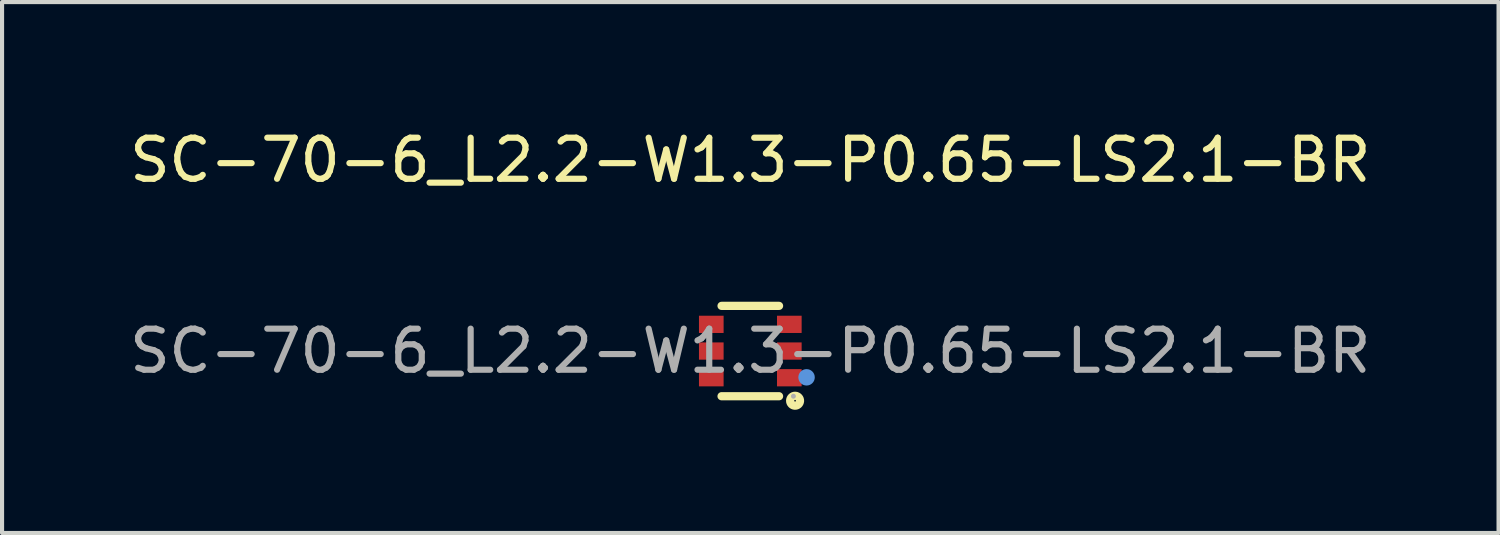
<source format=kicad_pcb>
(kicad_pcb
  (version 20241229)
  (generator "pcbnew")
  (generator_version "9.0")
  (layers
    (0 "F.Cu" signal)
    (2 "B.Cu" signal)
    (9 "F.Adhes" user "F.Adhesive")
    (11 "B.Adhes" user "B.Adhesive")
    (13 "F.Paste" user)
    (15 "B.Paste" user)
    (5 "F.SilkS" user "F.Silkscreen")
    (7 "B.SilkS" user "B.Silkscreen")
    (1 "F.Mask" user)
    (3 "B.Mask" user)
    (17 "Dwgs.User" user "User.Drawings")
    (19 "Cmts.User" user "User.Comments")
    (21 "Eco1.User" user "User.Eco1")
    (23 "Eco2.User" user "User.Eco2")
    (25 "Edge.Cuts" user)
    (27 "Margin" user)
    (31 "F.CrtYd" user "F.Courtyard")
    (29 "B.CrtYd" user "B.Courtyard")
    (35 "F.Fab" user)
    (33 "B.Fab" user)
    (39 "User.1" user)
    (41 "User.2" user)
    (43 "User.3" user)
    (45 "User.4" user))
  (footprint "SC-70-6_L2.2-W1.3-P0.65-LS2.1-BR"
    (layer "F.Cu")
    (at 15.22 5.498)
    (property "Reference" "SC-70-6_L2.2-W1.3-P0.65-LS2.1-BR" (at 0 -4.65 0) (layer "F.SilkS") (effects (font (size 1 1) (thickness 0.15))))
    (attr smd)
    (fp_line (start -0.7 -1.1) (end 0.7 -1.1) (stroke (width 0.2) (type solid)) (layer "F.SilkS"))
    (fp_line (start -0.7 1.1) (end 0.7 1.1) (stroke (width 0.2) (type solid)) (layer "F.SilkS"))
    (fp_arc (start 1.1 1.09) (mid 1.085013 1.330313) (end 1.089966 1.089584) (stroke (width 0.2) (type solid)) (layer "F.SilkS"))
    (fp_circle (center 1.37 0.64) (end 1.47 0.64) (stroke (width 0.2) (type solid)) (fill no) (layer "Cmts.User"))
    (fp_circle (center 1.05 1.1) (end 1.08 1.1) (stroke (width 0.06) (type solid)) (fill no) (layer "F.Fab"))
    (fp_text user "${REFERENCE}" (at 0 0 0) (layer "F.Fab") (effects (font (size 1 1) (thickness 0.15))))
    (pad "1" smd rect (at 0.95 0.65 90) (size 0.42 0.6) (layers "F.Cu" "F.Mask" "F.Paste"))
    (pad "2" smd rect (at 0.95 0 90) (size 0.42 0.6) (layers "F.Cu" "F.Mask" "F.Paste"))
    (pad "3" smd rect (at 0.95 -0.65 90) (size 0.42 0.6) (layers "F.Cu" "F.Mask" "F.Paste"))
    (pad "4" smd rect (at -0.95 -0.65 270) (size 0.42 0.6) (layers "F.Cu" "F.Mask" "F.Paste"))
    (pad "5" smd rect (at -0.95 0 270) (size 0.42 0.6) (layers "F.Cu" "F.Mask" "F.Paste"))
    (pad "6" smd rect (at -0.95 0.65 270) (size 0.42 0.6) (layers "F.Cu" "F.Mask" "F.Paste")))
  (gr_rect
    (start -3 -3)
    (end 33.44 9.929)
    (stroke (width 0.1) (type default))
    (fill no)
    (layer "Edge.Cuts")))
</source>
